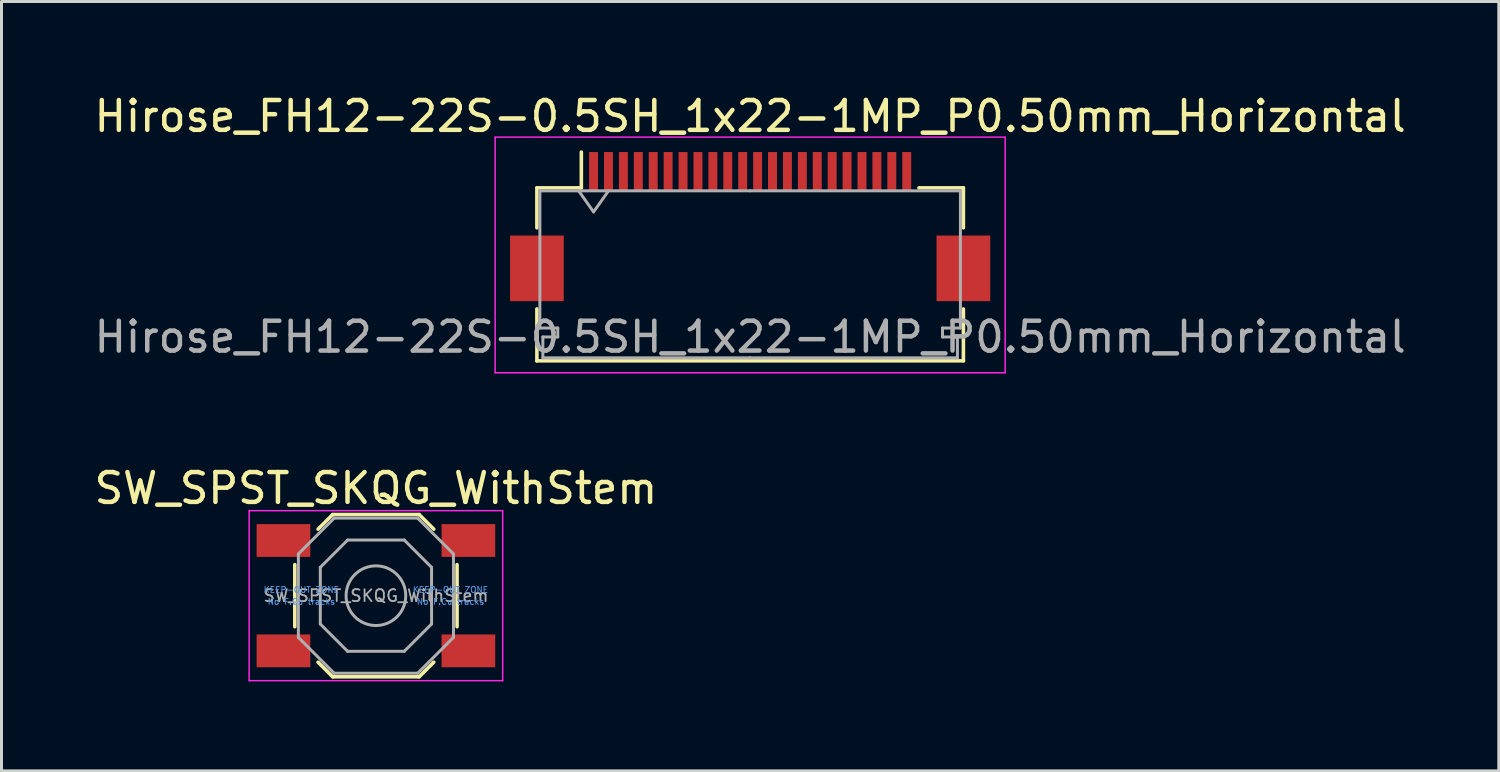
<source format=kicad_pcb>
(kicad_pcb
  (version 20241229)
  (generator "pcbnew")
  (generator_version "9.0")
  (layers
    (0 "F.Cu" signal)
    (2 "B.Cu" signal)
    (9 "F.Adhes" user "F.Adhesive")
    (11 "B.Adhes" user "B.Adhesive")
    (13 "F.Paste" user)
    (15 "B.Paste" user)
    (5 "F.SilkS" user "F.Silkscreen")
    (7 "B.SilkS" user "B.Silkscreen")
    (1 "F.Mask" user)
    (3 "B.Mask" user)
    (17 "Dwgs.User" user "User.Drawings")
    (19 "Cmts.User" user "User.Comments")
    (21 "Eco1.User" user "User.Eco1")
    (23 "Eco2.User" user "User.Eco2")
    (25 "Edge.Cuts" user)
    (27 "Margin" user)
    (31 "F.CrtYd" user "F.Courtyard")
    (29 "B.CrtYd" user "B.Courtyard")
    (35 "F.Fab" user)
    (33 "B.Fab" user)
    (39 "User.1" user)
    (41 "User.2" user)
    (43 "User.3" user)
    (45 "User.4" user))
  (footprint "SW_SPST_SKQG_WithStem"
    (layer "F.Cu")
    (at 9.554 16.922)
    (property "Reference" "SW_SPST_SKQG_WithStem" (at 0 -3.6 0) (layer "F.SilkS") (effects (font (size 1 1) (thickness 0.15))))
    (attr smd)
    (fp_line (start -2.72 1.04) (end -2.72 -1.04) (stroke (width 0.12) (type solid)) (layer "F.SilkS"))
    (fp_line (start -1.45 -2.72) (end -1.94 -2.23) (stroke (width 0.12) (type solid)) (layer "F.SilkS"))
    (fp_line (start -1.45 -2.72) (end 1.45 -2.72) (stroke (width 0.12) (type solid)) (layer "F.SilkS"))
    (fp_line (start -1.45 2.72) (end -1.94 2.23) (stroke (width 0.12) (type solid)) (layer "F.SilkS"))
    (fp_line (start -1.45 2.72) (end 1.45 2.72) (stroke (width 0.12) (type solid)) (layer "F.SilkS"))
    (fp_line (start 1.45 -2.72) (end 1.94 -2.23) (stroke (width 0.12) (type solid)) (layer "F.SilkS"))
    (fp_line (start 1.45 2.72) (end 1.94 2.23) (stroke (width 0.12) (type solid)) (layer "F.SilkS"))
    (fp_line (start 2.72 1.04) (end 2.72 -1.04) (stroke (width 0.12) (type solid)) (layer "F.SilkS"))
    (fp_line (start -4.25 -2.85) (end -4.25 2.85) (stroke (width 0.05) (type solid)) (layer "F.CrtYd"))
    (fp_line (start -4.25 2.85) (end 4.25 2.85) (stroke (width 0.05) (type solid)) (layer "F.CrtYd"))
    (fp_line (start 4.25 -2.85) (end -4.25 -2.85) (stroke (width 0.05) (type solid)) (layer "F.CrtYd"))
    (fp_line (start 4.25 2.85) (end 4.25 -2.85) (stroke (width 0.05) (type solid)) (layer "F.CrtYd"))
    (fp_line (start -2.6 -1.4) (end -1.4 -2.6) (stroke (width 0.1) (type solid)) (layer "F.Fab"))
    (fp_line (start -2.6 1.4) (end -2.6 -1.4) (stroke (width 0.1) (type solid)) (layer "F.Fab"))
    (fp_line (start -1.865 0.95) (end -1.865 -0.95) (stroke (width 0.1) (type solid)) (layer "F.Fab"))
    (fp_line (start -1.4 -2.6) (end 1.4 -2.6) (stroke (width 0.1) (type solid)) (layer "F.Fab"))
    (fp_line (start -1.4 2.6) (end -2.6 1.4) (stroke (width 0.1) (type solid)) (layer "F.Fab"))
    (fp_line (start -0.95 -1.865) (end -1.865 -0.95) (stroke (width 0.1) (type solid)) (layer "F.Fab"))
    (fp_line (start -0.95 -1.865) (end 0.95 -1.865) (stroke (width 0.1) (type solid)) (layer "F.Fab"))
    (fp_line (start -0.95 1.865) (end -1.865 0.95) (stroke (width 0.1) (type solid)) (layer "F.Fab"))
    (fp_line (start 0.95 -1.865) (end 1.865 -0.95) (stroke (width 0.1) (type solid)) (layer "F.Fab"))
    (fp_line (start 0.95 1.865) (end -0.95 1.865) (stroke (width 0.1) (type solid)) (layer "F.Fab"))
    (fp_line (start 0.95 1.865) (end 1.865 0.95) (stroke (width 0.1) (type solid)) (layer "F.Fab"))
    (fp_line (start 1.4 -2.6) (end 2.6 -1.4) (stroke (width 0.1) (type solid)) (layer "F.Fab"))
    (fp_line (start 1.4 2.6) (end -1.4 2.6) (stroke (width 0.1) (type solid)) (layer "F.Fab"))
    (fp_line (start 1.865 -0.95) (end 1.865 0.95) (stroke (width 0.1) (type solid)) (layer "F.Fab"))
    (fp_line (start 2.6 -1.4) (end 2.6 1.4) (stroke (width 0.1) (type solid)) (layer "F.Fab"))
    (fp_line (start 2.6 1.4) (end 1.4 2.6) (stroke (width 0.1) (type solid)) (layer "F.Fab"))
    (fp_circle (center 0 0) (end 1 0) (stroke (width 0.1) (type solid)) (fill no) (layer "F.Fab"))
    (fp_text user "KEEP-OUT ZONE" (at -2.5 -0.2 0) (layer "Cmts.User") (effects (font (size 0.2 0.2) (thickness 0.03))))
    (fp_text user "No F.Cu tracks" (at -2.5 0.2 0) (layer "Cmts.User") (effects (font (size 0.2 0.2) (thickness 0.03))))
    (fp_text user "KEEP-OUT ZONE" (at 2.5 -0.2 0) (layer "Cmts.User") (effects (font (size 0.2 0.2) (thickness 0.03))))
    (fp_text user "No F.Cu tracks" (at 2.5 0.2 0) (layer "Cmts.User") (effects (font (size 0.2 0.2) (thickness 0.03))))
    (fp_text user "${REFERENCE}" (at 0 0 0) (layer "F.Fab") (effects (font (size 0.4 0.4) (thickness 0.06))))
    (pad "1" smd rect (at -3.1 -1.85) (size 1.8 1.1) (layers "F.Cu" "F.Mask" "F.Paste"))
    (pad "1" smd rect (at 3.1 -1.85) (size 1.8 1.1) (layers "F.Cu" "F.Mask" "F.Paste"))
    (pad "2" smd rect (at -3.1 1.85) (size 1.8 1.1) (layers "F.Cu" "F.Mask" "F.Paste"))
    (pad "2" smd rect (at 3.1 1.85) (size 1.8 1.1) (layers "F.Cu" "F.Mask" "F.Paste")))
  (footprint "Hirose_FH12-22S-0.5SH_1x22-1MP_P0.50mm_Horizontal"
    (layer "F.Cu")
    (at 22.101 4.548)
    (property "Reference" "Hirose_FH12-22S-0.5SH_1x22-1MP_P0.50mm_Horizontal" (at 0 -3.7 180) (layer "F.SilkS") (effects (font (size 1 1) (thickness 0.15))))
    (attr smd)
    (fp_line (start -7.15 -1.3) (end -7.15 0.04) (stroke (width 0.12) (type solid)) (layer "F.SilkS"))
    (fp_line (start -7.15 2.76) (end -7.15 4.5) (stroke (width 0.12) (type solid)) (layer "F.SilkS"))
    (fp_line (start -7.15 4.5) (end 7.15 4.5) (stroke (width 0.12) (type solid)) (layer "F.SilkS"))
    (fp_line (start -5.66 -1.3) (end -7.15 -1.3) (stroke (width 0.12) (type solid)) (layer "F.SilkS"))
    (fp_line (start -5.66 -1.3) (end -5.66 -2.5) (stroke (width 0.12) (type solid)) (layer "F.SilkS"))
    (fp_line (start 5.66 -1.3) (end 7.15 -1.3) (stroke (width 0.12) (type solid)) (layer "F.SilkS"))
    (fp_line (start 7.15 -1.3) (end 7.15 0.04) (stroke (width 0.12) (type solid)) (layer "F.SilkS"))
    (fp_line (start 7.15 4.5) (end 7.15 2.76) (stroke (width 0.12) (type solid)) (layer "F.SilkS"))
    (fp_line (start -8.55 -3) (end -8.55 4.9) (stroke (width 0.05) (type solid)) (layer "F.CrtYd"))
    (fp_line (start -8.55 4.9) (end 8.55 4.9) (stroke (width 0.05) (type solid)) (layer "F.CrtYd"))
    (fp_line (start 8.55 -3) (end -8.55 -3) (stroke (width 0.05) (type solid)) (layer "F.CrtYd"))
    (fp_line (start 8.55 4.9) (end 8.55 -3) (stroke (width 0.05) (type solid)) (layer "F.CrtYd"))
    (fp_line (start -7.05 -1.2) (end -7.05 3.4) (stroke (width 0.1) (type solid)) (layer "F.Fab"))
    (fp_line (start -7.05 3.4) (end -6.45 3.4) (stroke (width 0.1) (type solid)) (layer "F.Fab"))
    (fp_line (start -6.95 3.7) (end -6.95 4.4) (stroke (width 0.1) (type solid)) (layer "F.Fab"))
    (fp_line (start -6.95 4.4) (end 0 4.4) (stroke (width 0.1) (type solid)) (layer "F.Fab"))
    (fp_line (start -6.45 3.4) (end -6.45 3.7) (stroke (width 0.1) (type solid)) (layer "F.Fab"))
    (fp_line (start -6.45 3.7) (end -6.95 3.7) (stroke (width 0.1) (type solid)) (layer "F.Fab"))
    (fp_line (start -5.75 -1.2) (end -5.25 -0.493) (stroke (width 0.1) (type solid)) (layer "F.Fab"))
    (fp_line (start -5.25 -0.493) (end -4.75 -1.2) (stroke (width 0.1) (type solid)) (layer "F.Fab"))
    (fp_line (start 0 -1.2) (end -7.05 -1.2) (stroke (width 0.1) (type solid)) (layer "F.Fab"))
    (fp_line (start 0 -1.2) (end 7.05 -1.2) (stroke (width 0.1) (type solid)) (layer "F.Fab"))
    (fp_line (start 6.45 3.4) (end 6.45 3.7) (stroke (width 0.1) (type solid)) (layer "F.Fab"))
    (fp_line (start 6.45 3.7) (end 6.95 3.7) (stroke (width 0.1) (type solid)) (layer "F.Fab"))
    (fp_line (start 6.95 3.7) (end 6.95 4.4) (stroke (width 0.1) (type solid)) (layer "F.Fab"))
    (fp_line (start 6.95 4.4) (end 0 4.4) (stroke (width 0.1) (type solid)) (layer "F.Fab"))
    (fp_line (start 7.05 -1.2) (end 7.05 3.4) (stroke (width 0.1) (type solid)) (layer "F.Fab"))
    (fp_line (start 7.05 3.4) (end 6.45 3.4) (stroke (width 0.1) (type solid)) (layer "F.Fab"))
    (fp_text user "${REFERENCE}" (at 0 3.7 180) (layer "F.Fab") (effects (font (size 1 1) (thickness 0.15))))
    (pad "1" smd rect (at -5.25 -1.85) (size 0.3 1.3) (layers "F.Cu" "F.Mask" "F.Paste"))
    (pad "2" smd rect (at -4.75 -1.85) (size 0.3 1.3) (layers "F.Cu" "F.Mask" "F.Paste"))
    (pad "3" smd rect (at -4.25 -1.85) (size 0.3 1.3) (layers "F.Cu" "F.Mask" "F.Paste"))
    (pad "4" smd rect (at -3.75 -1.85) (size 0.3 1.3) (layers "F.Cu" "F.Mask" "F.Paste"))
    (pad "5" smd rect (at -3.25 -1.85) (size 0.3 1.3) (layers "F.Cu" "F.Mask" "F.Paste"))
    (pad "6" smd rect (at -2.75 -1.85) (size 0.3 1.3) (layers "F.Cu" "F.Mask" "F.Paste"))
    (pad "7" smd rect (at -2.25 -1.85) (size 0.3 1.3) (layers "F.Cu" "F.Mask" "F.Paste"))
    (pad "8" smd rect (at -1.75 -1.85) (size 0.3 1.3) (layers "F.Cu" "F.Mask" "F.Paste"))
    (pad "9" smd rect (at -1.25 -1.85) (size 0.3 1.3) (layers "F.Cu" "F.Mask" "F.Paste"))
    (pad "10" smd rect (at -0.75 -1.85) (size 0.3 1.3) (layers "F.Cu" "F.Mask" "F.Paste"))
    (pad "11" smd rect (at -0.25 -1.85) (size 0.3 1.3) (layers "F.Cu" "F.Mask" "F.Paste"))
    (pad "12" smd rect (at 0.25 -1.85) (size 0.3 1.3) (layers "F.Cu" "F.Mask" "F.Paste"))
    (pad "13" smd rect (at 0.75 -1.85) (size 0.3 1.3) (layers "F.Cu" "F.Mask" "F.Paste"))
    (pad "14" smd rect (at 1.25 -1.85) (size 0.3 1.3) (layers "F.Cu" "F.Mask" "F.Paste"))
    (pad "15" smd rect (at 1.75 -1.85) (size 0.3 1.3) (layers "F.Cu" "F.Mask" "F.Paste"))
    (pad "16" smd rect (at 2.25 -1.85) (size 0.3 1.3) (layers "F.Cu" "F.Mask" "F.Paste"))
    (pad "17" smd rect (at 2.75 -1.85) (size 0.3 1.3) (layers "F.Cu" "F.Mask" "F.Paste"))
    (pad "18" smd rect (at 3.25 -1.85) (size 0.3 1.3) (layers "F.Cu" "F.Mask" "F.Paste"))
    (pad "19" smd rect (at 3.75 -1.85) (size 0.3 1.3) (layers "F.Cu" "F.Mask" "F.Paste"))
    (pad "20" smd rect (at 4.25 -1.85) (size 0.3 1.3) (layers "F.Cu" "F.Mask" "F.Paste"))
    (pad "21" smd rect (at 4.75 -1.85) (size 0.3 1.3) (layers "F.Cu" "F.Mask" "F.Paste"))
    (pad "22" smd rect (at 5.25 -1.85) (size 0.3 1.3) (layers "F.Cu" "F.Mask" "F.Paste"))
    (pad "MP" smd rect (at -7.15 1.4) (size 1.8 2.2) (layers "F.Cu" "F.Mask" "F.Paste"))
    (pad "MP" smd rect (at 7.15 1.4) (size 1.8 2.2) (layers "F.Cu" "F.Mask" "F.Paste")))
  (gr_rect
    (start -3 -3)
    (end 47.202 22.797)
    (stroke (width 0.1) (type default))
    (fill no)
    (layer "Edge.Cuts")))
</source>
